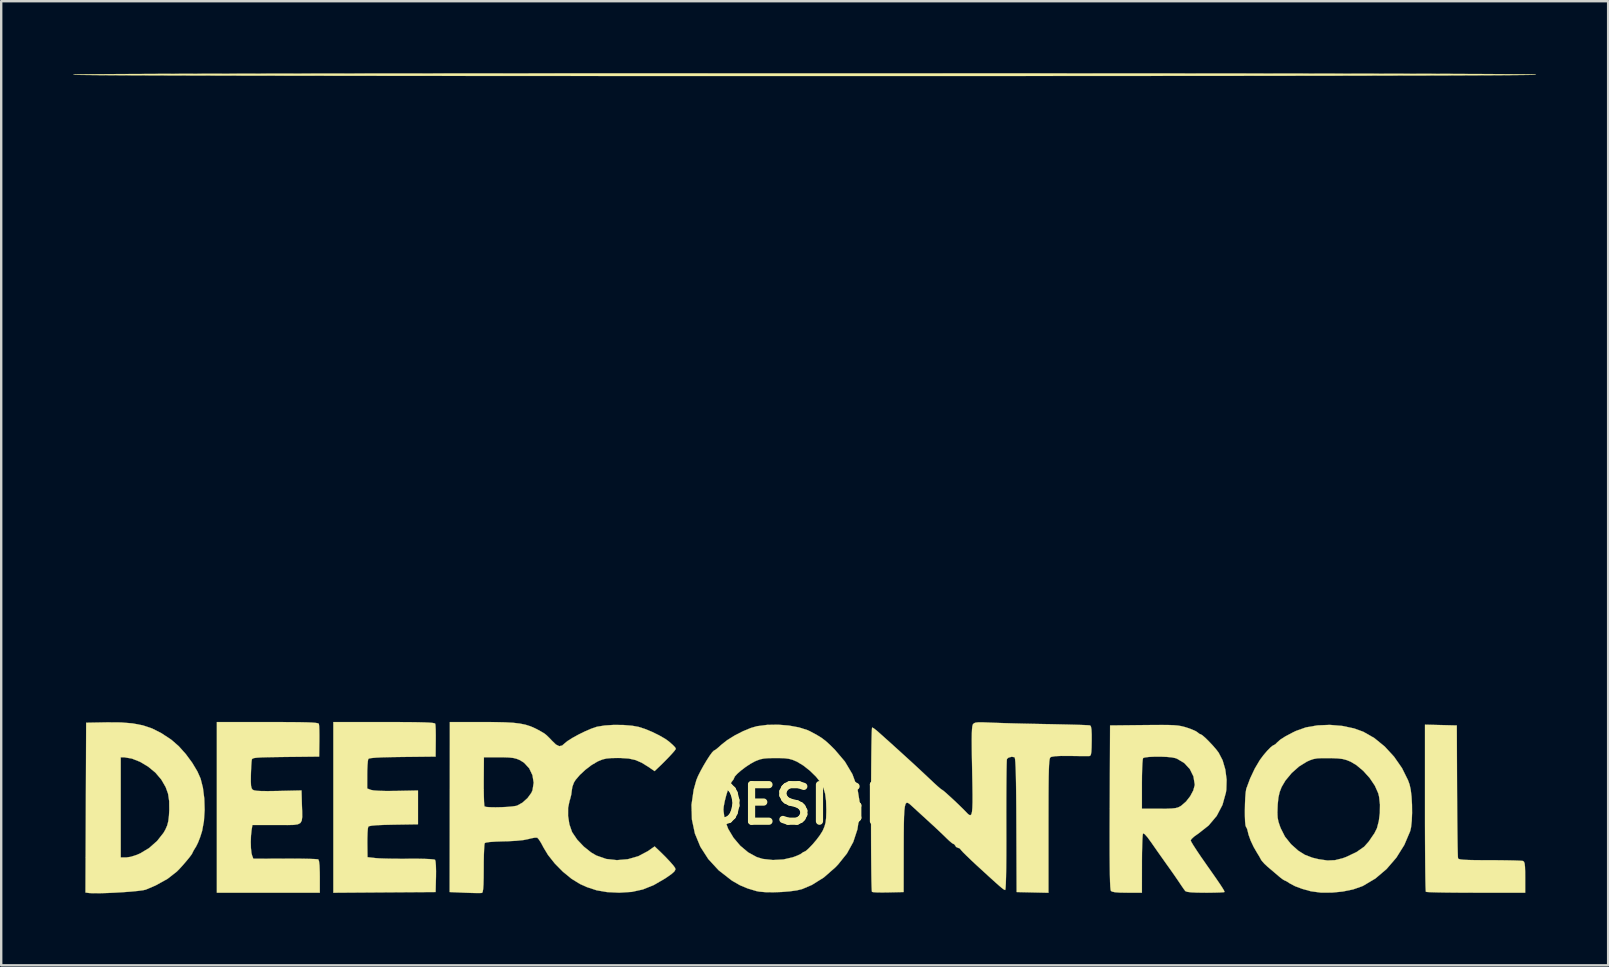
<source format=kicad_pcb>
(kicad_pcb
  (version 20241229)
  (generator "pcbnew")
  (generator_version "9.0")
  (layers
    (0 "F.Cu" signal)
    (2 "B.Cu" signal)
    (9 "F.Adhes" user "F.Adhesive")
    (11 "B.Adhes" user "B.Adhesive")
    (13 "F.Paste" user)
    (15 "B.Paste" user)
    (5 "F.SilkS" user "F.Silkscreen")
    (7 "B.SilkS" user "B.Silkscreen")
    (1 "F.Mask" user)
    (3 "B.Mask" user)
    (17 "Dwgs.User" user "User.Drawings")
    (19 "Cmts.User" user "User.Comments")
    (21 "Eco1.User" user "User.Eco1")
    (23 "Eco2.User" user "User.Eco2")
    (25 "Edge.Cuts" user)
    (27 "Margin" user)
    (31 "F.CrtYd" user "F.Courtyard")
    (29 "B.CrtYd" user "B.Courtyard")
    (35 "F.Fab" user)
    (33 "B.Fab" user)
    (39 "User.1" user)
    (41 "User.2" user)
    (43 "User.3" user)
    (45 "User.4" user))
  (footprint "DESIGN"
    (layer "F.Cu")
    (at 30.485 30.485)
    (property "Reference" "DESIGN" (at 0 0 0) (layer "F.SilkS") (effects (font (size 1.524 1.524) (thickness 0.3))))
    (attr through_hole)
    (fp_poly (pts (xy 26.515 -3.318) (xy 27.178 -3.302) (xy 27.189 -0.57) (xy 27.192 -0.024) (xy 27.196 0.489) (xy 27.201 0.958) (xy 27.206 1.371) (xy 27.211 1.716) (xy 27.217 1.983) (xy 27.223 2.161) (xy 27.23 2.237) (xy 27.23 2.238) (xy 27.261 2.263) (xy 27.339 2.283) (xy 27.477 2.297) (xy 27.687 2.306) (xy 27.981 2.312) (xy 28.37 2.314) (xy 28.555 2.314) (xy 28.93 2.316) (xy 29.27 2.32) (xy 29.559 2.326) (xy 29.778 2.334) (xy 29.91 2.343) (xy 29.939 2.348) (xy 29.979 2.381) (xy 30.005 2.456) (xy 30.02 2.592) (xy 30.027 2.808) (xy 30.028 3.026) (xy 30.028 3.669) (xy 27.978 3.669) (xy 27.507 3.668) (xy 27.073 3.665) (xy 26.687 3.661) (xy 26.363 3.655) (xy 26.113 3.648) (xy 25.951 3.64) (xy 25.889 3.631) (xy 25.883 3.57) (xy 25.876 3.405) (xy 25.87 3.147) (xy 25.865 2.805) (xy 25.861 2.39) (xy 25.857 1.911) (xy 25.854 1.377) (xy 25.852 0.799) (xy 25.852 0.187) (xy 25.852 0.13) (xy 25.852 -3.334) (xy 26.515 -3.318)) (stroke (width 0.01) (type solid)) (fill yes) (layer "F.SilkS"))
    (fp_poly (pts (xy -16.961 -3.442) (xy -16.494 -3.44) (xy -16.122 -3.435) (xy -15.838 -3.428) (xy -15.631 -3.418) (xy -15.494 -3.405) (xy -15.418 -3.389) (xy -15.395 -3.373) (xy -15.385 -3.29) (xy -15.377 -3.121) (xy -15.374 -2.89) (xy -15.375 -2.653) (xy -15.381 -2.004) (xy -16.761 -1.989) (xy -17.228 -1.982) (xy -17.592 -1.973) (xy -17.86 -1.96) (xy -18.043 -1.944) (xy -18.149 -1.925) (xy -18.186 -1.904) (xy -18.204 -1.821) (xy -18.219 -1.652) (xy -18.229 -1.426) (xy -18.231 -1.254) (xy -18.232 -0.675) (xy -18.076 -0.615) (xy -17.956 -0.593) (xy -17.74 -0.578) (xy -17.445 -0.57) (xy -17.089 -0.572) (xy -17.018 -0.573) (xy -16.115 -0.591) (xy -16.115 0.818) (xy -17.128 0.834) (xy -17.532 0.843) (xy -17.832 0.856) (xy -18.036 0.874) (xy -18.152 0.897) (xy -18.187 0.919) (xy -18.205 1.001) (xy -18.218 1.17) (xy -18.225 1.397) (xy -18.226 1.588) (xy -18.219 2.188) (xy -17.884 2.226) (xy -17.717 2.238) (xy -17.463 2.247) (xy -17.148 2.253) (xy -16.798 2.255) (xy -16.503 2.254) (xy -16.144 2.253) (xy -15.84 2.259) (xy -15.604 2.269) (xy -15.452 2.284) (xy -15.403 2.298) (xy -15.383 2.374) (xy -15.369 2.538) (xy -15.363 2.767) (xy -15.365 2.996) (xy -15.381 3.641) (xy -17.512 3.655) (xy -19.643 3.67) (xy -19.643 -3.443) (xy -17.532 -3.443) (xy -16.961 -3.442)) (stroke (width 0.01) (type solid)) (fill yes) (layer "F.SilkS"))
    (fp_poly (pts (xy -21.826 -3.442) (xy -21.37 -3.44) (xy -21.006 -3.436) (xy -20.727 -3.43) (xy -20.521 -3.421) (xy -20.38 -3.409) (xy -20.294 -3.394) (xy -20.252 -3.375) (xy -20.246 -3.367) (xy -20.235 -3.282) (xy -20.228 -3.111) (xy -20.225 -2.878) (xy -20.226 -2.647) (xy -20.235 -2.004) (xy -21.626 -1.989) (xy -22.06 -1.983) (xy -22.394 -1.977) (xy -22.642 -1.97) (xy -22.816 -1.959) (xy -22.93 -1.945) (xy -22.997 -1.925) (xy -23.03 -1.9) (xy -23.041 -1.876) (xy -23.053 -1.779) (xy -23.065 -1.599) (xy -23.075 -1.368) (xy -23.079 -1.238) (xy -23.082 -0.972) (xy -23.074 -0.797) (xy -23.05 -0.69) (xy -23.01 -0.628) (xy -23.005 -0.624) (xy -22.942 -0.596) (xy -22.823 -0.577) (xy -22.635 -0.567) (xy -22.364 -0.565) (xy -21.996 -0.57) (xy -21.942 -0.571) (xy -20.969 -0.593) (xy -20.953 0) (xy -20.942 0.294) (xy -20.94 0.512) (xy -20.959 0.664) (xy -21.015 0.762) (xy -21.122 0.818) (xy -21.294 0.843) (xy -21.546 0.849) (xy -21.893 0.847) (xy -22.007 0.847) (xy -23.015 0.847) (xy -23.05 1.058) (xy -23.075 1.291) (xy -23.084 1.554) (xy -23.077 1.808) (xy -23.055 2.016) (xy -23.031 2.111) (xy -22.977 2.254) (xy -21.654 2.249) (xy -21.277 2.249) (xy -20.936 2.252) (xy -20.649 2.258) (xy -20.431 2.266) (xy -20.3 2.276) (xy -20.269 2.282) (xy -20.24 2.358) (xy -20.219 2.538) (xy -20.209 2.814) (xy -20.207 2.995) (xy -20.207 3.669) (xy -24.497 3.669) (xy -24.497 -3.443) (xy -22.386 -3.443) (xy -21.826 -3.442)) (stroke (width 0.01) (type solid)) (fill yes) (layer "F.SilkS"))
    (fp_poly (pts (xy -28.495 -3.427) (xy -28.006 -3.387) (xy -27.581 -3.305) (xy -27.195 -3.175) (xy -26.825 -2.989) (xy -26.448 -2.743) (xy -26.373 -2.688) (xy -26.082 -2.433) (xy -25.791 -2.108) (xy -25.524 -1.746) (xy -25.306 -1.381) (xy -25.175 -1.085) (xy -25.078 -0.703) (xy -25.021 -0.254) (xy -25.007 0.22) (xy -25.036 0.681) (xy -25.11 1.087) (xy -25.115 1.107) (xy -25.192 1.35) (xy -25.281 1.578) (xy -25.365 1.748) (xy -25.375 1.763) (xy -25.458 1.897) (xy -25.507 1.991) (xy -25.513 2.009) (xy -25.548 2.072) (xy -25.639 2.194) (xy -25.768 2.351) (xy -25.912 2.519) (xy -26.054 2.675) (xy -26.162 2.785) (xy -26.553 3.091) (xy -27.051 3.367) (xy -27.46 3.541) (xy -27.581 3.568) (xy -27.792 3.595) (xy -28.069 3.622) (xy -28.389 3.646) (xy -28.728 3.666) (xy -29.063 3.681) (xy -29.371 3.69) (xy -29.629 3.691) (xy -29.812 3.683) (xy -29.845 3.679) (xy -29.973 3.661) (xy -29.958 0.123) (xy -29.95 -1.976) (xy -28.504 -1.976) (xy -28.504 2.201) (xy -28.279 2.201) (xy -28.083 2.172) (xy -27.837 2.093) (xy -27.687 2.028) (xy -27.318 1.805) (xy -26.986 1.511) (xy -26.722 1.177) (xy -26.642 1.038) (xy -26.568 0.869) (xy -26.521 0.69) (xy -26.494 0.464) (xy -26.481 0.235) (xy -26.484 -0.144) (xy -26.53 -0.453) (xy -26.63 -0.731) (xy -26.795 -1.017) (xy -26.824 -1.061) (xy -27.062 -1.339) (xy -27.362 -1.586) (xy -27.697 -1.786) (xy -28.039 -1.921) (xy -28.357 -1.975) (xy -28.381 -1.976) (xy -28.504 -1.976) (xy -29.95 -1.976) (xy -29.944 -3.415) (xy -29.069 -3.431) (xy -28.495 -3.427)) (stroke (width 0.01) (type solid)) (fill yes) (layer "F.SilkS"))
    (fp_poly (pts (xy 2.558 -30.48) (xy 5.004 -30.48) (xy 7.338 -30.479) (xy 9.561 -30.478) (xy 11.671 -30.477) (xy 13.67 -30.476) (xy 15.557 -30.475) (xy 17.332 -30.473) (xy 18.995 -30.472) (xy 20.545 -30.47) (xy 21.984 -30.467) (xy 23.31 -30.465) (xy 24.524 -30.462) (xy 25.625 -30.46) (xy 26.614 -30.457) (xy 27.491 -30.453) (xy 28.255 -30.45) (xy 28.907 -30.446) (xy 29.446 -30.442) (xy 29.873 -30.438) (xy 30.186 -30.434) (xy 30.387 -30.43) (xy 30.476 -30.425) (xy 30.48 -30.424) (xy 30.424 -30.419) (xy 30.254 -30.414) (xy 29.972 -30.41) (xy 29.577 -30.406) (xy 29.07 -30.402) (xy 28.45 -30.398) (xy 27.717 -30.395) (xy 26.872 -30.391) (xy 25.915 -30.388) (xy 24.845 -30.386) (xy 23.662 -30.383) (xy 22.367 -30.38) (xy 20.961 -30.378) (xy 19.441 -30.376) (xy 17.81 -30.374) (xy 16.067 -30.373) (xy 14.212 -30.371) (xy 12.244 -30.37) (xy 10.165 -30.369) (xy 7.974 -30.368) (xy 5.671 -30.368) (xy 3.256 -30.367) (xy 0.73 -30.367) (xy 0 -30.367) (xy -2.558 -30.367) (xy -5.004 -30.368) (xy -7.338 -30.368) (xy -9.561 -30.369) (xy -11.671 -30.37) (xy -13.67 -30.371) (xy -15.557 -30.372) (xy -17.332 -30.374) (xy -18.995 -30.376) (xy -20.545 -30.378) (xy -21.984 -30.38) (xy -23.31 -30.382) (xy -24.524 -30.385) (xy -25.625 -30.388) (xy -26.614 -30.391) (xy -27.491 -30.394) (xy -28.255 -30.397) (xy -28.907 -30.401) (xy -29.446 -30.405) (xy -29.873 -30.409) (xy -30.186 -30.413) (xy -30.387 -30.418) (xy -30.476 -30.422) (xy -30.48 -30.424) (xy -30.424 -30.428) (xy -30.254 -30.433) (xy -29.972 -30.437) (xy -29.577 -30.441) (xy -29.07 -30.445) (xy -28.45 -30.449) (xy -27.717 -30.452) (xy -26.872 -30.456) (xy -25.915 -30.459) (xy -24.845 -30.462) (xy -23.662 -30.464) (xy -22.367 -30.467) (xy -20.961 -30.469) (xy -19.441 -30.471) (xy -17.81 -30.473) (xy -16.067 -30.474) (xy -14.212 -30.476) (xy -12.244 -30.477) (xy -10.165 -30.478) (xy -7.974 -30.479) (xy -5.671 -30.479) (xy -3.256 -30.48) (xy -0.73 -30.48) (xy 0 -30.48) (xy 2.558 -30.48)) (stroke (width 0.01) (type solid)) (fill yes) (layer "F.SilkS"))
    (fp_poly (pts (xy -0.659 -3.297) (xy -0.237 -3.22) (xy 0.121 -3.106) (xy 0.224 -3.058) (xy 0.49 -2.916) (xy 0.696 -2.79) (xy 0.876 -2.654) (xy 1.065 -2.482) (xy 1.258 -2.29) (xy 1.677 -1.796) (xy 1.988 -1.273) (xy 2.191 -0.719) (xy 2.288 -0.129) (xy 2.285 0.452) (xy 2.197 1.033) (xy 2.025 1.554) (xy 1.761 2.035) (xy 1.394 2.492) (xy 1.274 2.617) (xy 0.798 3.034) (xy 0.303 3.344) (xy -0.106 3.518) (xy -0.325 3.571) (xy -0.621 3.612) (xy -0.959 3.639) (xy -1.306 3.651) (xy -1.629 3.647) (xy -1.893 3.624) (xy -2.004 3.603) (xy -2.38 3.49) (xy -2.694 3.359) (xy -2.994 3.187) (xy -3.063 3.142) (xy -3.588 2.732) (xy -4.016 2.267) (xy -4.346 1.755) (xy -4.574 1.204) (xy -4.699 0.619) (xy -4.71 0.23) (xy -3.386 0.23) (xy -3.333 0.618) (xy -3.188 1.007) (xy -2.966 1.379) (xy -2.684 1.712) (xy -2.357 1.986) (xy -2.004 2.181) (xy -1.75 2.26) (xy -1.323 2.307) (xy -0.884 2.283) (xy -0.494 2.193) (xy -0.311 2.124) (xy -0.177 2.063) (xy -0.122 2.024) (xy -0.058 1.977) (xy -0.046 1.976) (xy 0.041 1.933) (xy 0.171 1.82) (xy 0.326 1.659) (xy 0.485 1.472) (xy 0.628 1.283) (xy 0.736 1.113) (xy 0.761 1.065) (xy 0.829 0.902) (xy 0.871 0.747) (xy 0.893 0.563) (xy 0.901 0.315) (xy 0.902 0.198) (xy 0.891 -0.17) (xy 0.853 -0.456) (xy 0.783 -0.691) (xy 0.673 -0.906) (xy 0.656 -0.934) (xy 0.471 -1.169) (xy 0.221 -1.413) (xy -0.055 -1.631) (xy -0.317 -1.79) (xy -0.333 -1.797) (xy -0.5 -1.868) (xy -0.656 -1.911) (xy -0.837 -1.934) (xy -1.078 -1.943) (xy -1.214 -1.943) (xy -1.493 -1.939) (xy -1.696 -1.923) (xy -1.858 -1.889) (xy -2.014 -1.831) (xy -2.088 -1.798) (xy -2.266 -1.7) (xy -2.46 -1.571) (xy -2.648 -1.428) (xy -2.805 -1.291) (xy -2.908 -1.179) (xy -2.935 -1.122) (xy -2.97 -1.044) (xy -3.043 -0.952) (xy -3.114 -0.833) (xy -3.192 -0.636) (xy -3.268 -0.395) (xy -3.332 -0.144) (xy -3.375 0.085) (xy -3.386 0.23) (xy -4.71 0.23) (xy -4.717 0.008) (xy -4.626 -0.621) (xy -4.512 -1.028) (xy -4.444 -1.192) (xy -4.341 -1.397) (xy -4.218 -1.621) (xy -4.087 -1.841) (xy -3.962 -2.035) (xy -3.856 -2.18) (xy -3.784 -2.253) (xy -3.77 -2.258) (xy -3.708 -2.294) (xy -3.593 -2.388) (xy -3.465 -2.503) (xy -3.227 -2.691) (xy -2.918 -2.883) (xy -2.579 -3.057) (xy -2.247 -3.195) (xy -1.987 -3.27) (xy -1.566 -3.325) (xy -1.112 -3.333) (xy -0.659 -3.297)) (stroke (width 0.01) (type solid)) (fill yes) (layer "F.SilkS"))
    (fp_poly (pts (xy 15.188 -3.319) (xy 15.393 -3.311) (xy 15.554 -3.297) (xy 15.686 -3.275) (xy 15.808 -3.246) (xy 15.926 -3.211) (xy 16.127 -3.14) (xy 16.287 -3.069) (xy 16.374 -3.014) (xy 16.375 -3.012) (xy 16.463 -2.944) (xy 16.503 -2.934) (xy 16.572 -2.893) (xy 16.693 -2.789) (xy 16.843 -2.641) (xy 17.002 -2.473) (xy 17.146 -2.307) (xy 17.249 -2.173) (xy 17.417 -1.852) (xy 17.531 -1.463) (xy 17.585 -1.042) (xy 17.573 -0.624) (xy 17.556 -0.508) (xy 17.412 0.01) (xy 17.172 0.468) (xy 16.836 0.867) (xy 16.404 1.207) (xy 16.39 1.216) (xy 16.232 1.328) (xy 16.123 1.429) (xy 16.087 1.49) (xy 16.118 1.559) (xy 16.205 1.704) (xy 16.338 1.909) (xy 16.507 2.16) (xy 16.702 2.44) (xy 16.722 2.469) (xy 16.976 2.83) (xy 17.171 3.11) (xy 17.313 3.318) (xy 17.41 3.467) (xy 17.469 3.564) (xy 17.495 3.622) (xy 17.498 3.64) (xy 17.445 3.65) (xy 17.299 3.659) (xy 17.081 3.665) (xy 16.81 3.669) (xy 16.71 3.669) (xy 16.354 3.665) (xy 16.101 3.653) (xy 15.941 3.632) (xy 15.865 3.602) (xy 15.861 3.598) (xy 15.797 3.512) (xy 15.699 3.37) (xy 15.635 3.274) (xy 15.53 3.119) (xy 15.383 2.905) (xy 15.214 2.666) (xy 15.104 2.512) (xy 14.913 2.243) (xy 14.706 1.95) (xy 14.517 1.679) (xy 14.441 1.57) (xy 14.284 1.355) (xy 14.171 1.229) (xy 14.107 1.196) (xy 14.099 1.203) (xy 14.086 1.277) (xy 14.075 1.447) (xy 14.066 1.694) (xy 14.059 2.001) (xy 14.056 2.351) (xy 14.056 2.469) (xy 14.055 3.669) (xy 13.441 3.669) (xy 13.138 3.664) (xy 12.932 3.649) (xy 12.81 3.622) (xy 12.763 3.592) (xy 12.749 3.539) (xy 12.737 3.413) (xy 12.727 3.21) (xy 12.72 2.924) (xy 12.715 2.55) (xy 12.711 2.083) (xy 12.71 1.519) (xy 12.711 0.852) (xy 12.714 0.107) (xy 12.718 -0.872) (xy 14.055 -0.872) (xy 14.055 0.169) (xy 14.78 0.169) (xy 15.085 0.168) (xy 15.3 0.16) (xy 15.45 0.144) (xy 15.558 0.116) (xy 15.647 0.073) (xy 15.697 0.041) (xy 15.894 -0.13) (xy 16.067 -0.352) (xy 16.194 -0.589) (xy 16.254 -0.806) (xy 16.256 -0.845) (xy 16.202 -1.179) (xy 16.052 -1.483) (xy 15.82 -1.735) (xy 15.522 -1.913) (xy 15.451 -1.94) (xy 15.301 -1.971) (xy 15.085 -1.991) (xy 14.833 -2.001) (xy 14.576 -2) (xy 14.347 -1.989) (xy 14.176 -1.967) (xy 14.105 -1.944) (xy 14.089 -1.88) (xy 14.075 -1.722) (xy 14.064 -1.487) (xy 14.057 -1.194) (xy 14.055 -0.872) (xy 12.718 -0.872) (xy 12.728 -3.302) (xy 14.135 -3.317) (xy 14.576 -3.321) (xy 14.921 -3.322) (xy 15.188 -3.319)) (stroke (width 0.01) (type solid)) (fill yes) (layer "F.SilkS"))
    (fp_poly (pts (xy 22.403 -3.282) (xy 22.9 -3.177) (xy 23.283 -3.038) (xy 23.74 -2.777) (xy 24.173 -2.424) (xy 24.563 -2) (xy 24.893 -1.526) (xy 25.143 -1.023) (xy 25.208 -0.847) (xy 25.257 -0.628) (xy 25.292 -0.335) (xy 25.311 0.002) (xy 25.314 0.349) (xy 25.301 0.674) (xy 25.271 0.946) (xy 25.236 1.101) (xy 24.991 1.677) (xy 24.659 2.208) (xy 24.253 2.68) (xy 23.788 3.076) (xy 23.276 3.38) (xy 23.235 3.399) (xy 22.863 3.53) (xy 22.425 3.62) (xy 21.96 3.666) (xy 21.506 3.664) (xy 21.105 3.61) (xy 21.086 3.606) (xy 20.738 3.509) (xy 20.439 3.398) (xy 20.221 3.283) (xy 20.204 3.272) (xy 20.087 3.196) (xy 20.011 3.161) (xy 20.008 3.161) (xy 19.945 3.127) (xy 19.829 3.041) (xy 19.752 2.977) (xy 19.574 2.825) (xy 19.376 2.657) (xy 19.303 2.596) (xy 19.16 2.463) (xy 19.051 2.34) (xy 19.016 2.286) (xy 18.948 2.16) (xy 18.856 2.011) (xy 18.852 2.004) (xy 18.711 1.761) (xy 18.587 1.496) (xy 18.499 1.252) (xy 18.473 1.142) (xy 18.438 1.006) (xy 18.396 0.929) (xy 18.393 0.927) (xy 18.371 0.858) (xy 18.355 0.703) (xy 18.347 0.485) (xy 18.346 0.351) (xy 19.702 0.351) (xy 19.712 0.545) (xy 19.745 0.713) (xy 19.808 0.9) (xy 19.841 0.985) (xy 20.016 1.331) (xy 20.255 1.63) (xy 20.294 1.67) (xy 20.572 1.918) (xy 20.846 2.09) (xy 21.16 2.21) (xy 21.425 2.274) (xy 21.786 2.326) (xy 22.101 2.313) (xy 22.422 2.233) (xy 22.578 2.175) (xy 22.998 1.975) (xy 23.315 1.754) (xy 23.508 1.538) (xy 23.619 1.374) (xy 23.72 1.228) (xy 23.742 1.198) (xy 23.851 0.979) (xy 23.928 0.683) (xy 23.971 0.345) (xy 23.976 -0.003) (xy 23.94 -0.327) (xy 23.904 -0.474) (xy 23.764 -0.789) (xy 23.547 -1.112) (xy 23.278 -1.411) (xy 22.984 -1.656) (xy 22.747 -1.794) (xy 22.581 -1.861) (xy 22.419 -1.904) (xy 22.226 -1.927) (xy 21.968 -1.938) (xy 21.844 -1.94) (xy 21.565 -1.94) (xy 21.366 -1.93) (xy 21.211 -1.903) (xy 21.069 -1.856) (xy 20.928 -1.793) (xy 20.605 -1.593) (xy 20.295 -1.318) (xy 20.033 -1.002) (xy 19.876 -0.734) (xy 19.795 -0.524) (xy 19.744 -0.301) (xy 19.715 -0.021) (xy 19.71 0.088) (xy 19.702 0.351) (xy 18.346 0.351) (xy 18.346 0.23) (xy 18.351 -0.036) (xy 18.362 -0.288) (xy 18.379 -0.501) (xy 18.402 -0.65) (xy 18.409 -0.673) (xy 18.566 -1.095) (xy 18.759 -1.504) (xy 18.965 -1.852) (xy 18.972 -1.863) (xy 19.119 -2.061) (xy 19.273 -2.242) (xy 19.414 -2.386) (xy 19.521 -2.47) (xy 19.558 -2.484) (xy 19.62 -2.522) (xy 19.69 -2.593) (xy 19.822 -2.71) (xy 20.037 -2.848) (xy 20.346 -3.011) (xy 20.472 -3.072) (xy 20.888 -3.22) (xy 21.368 -3.304) (xy 21.883 -3.325) (xy 22.403 -3.282)) (stroke (width 0.01) (type solid)) (fill yes) (layer "F.SilkS"))
    (fp_poly (pts (xy -12.914 -3.441) (xy -12.495 -3.432) (xy -12.153 -3.413) (xy -11.872 -3.38) (xy -11.633 -3.332) (xy -11.418 -3.263) (xy -11.211 -3.171) (xy -10.993 -3.053) (xy -10.842 -2.963) (xy -10.753 -2.891) (xy -10.625 -2.766) (xy -10.532 -2.667) (xy -10.363 -2.504) (xy -10.228 -2.438) (xy -10.108 -2.464) (xy -10.016 -2.544) (xy -9.887 -2.65) (xy -9.682 -2.78) (xy -9.43 -2.919) (xy -9.16 -3.052) (xy -8.902 -3.164) (xy -8.685 -3.239) (xy -8.648 -3.249) (xy -8.333 -3.3) (xy -7.955 -3.324) (xy -7.559 -3.32) (xy -7.19 -3.29) (xy -6.923 -3.242) (xy -6.658 -3.157) (xy -6.36 -3.034) (xy -6.066 -2.89) (xy -5.813 -2.744) (xy -5.662 -2.636) (xy -5.495 -2.489) (xy -5.403 -2.394) (xy -5.371 -2.335) (xy -5.374 -2.315) (xy -5.425 -2.244) (xy -5.537 -2.116) (xy -5.691 -1.951) (xy -5.868 -1.771) (xy -6.026 -1.616) (xy -6.255 -1.398) (xy -6.506 -1.571) (xy -6.79 -1.747) (xy -7.052 -1.861) (xy -7.334 -1.923) (xy -7.674 -1.945) (xy -7.79 -1.946) (xy -8.063 -1.941) (xy -8.261 -1.923) (xy -8.422 -1.885) (xy -8.583 -1.821) (xy -8.637 -1.796) (xy -8.882 -1.651) (xy -9.136 -1.457) (xy -9.368 -1.242) (xy -9.548 -1.032) (xy -9.617 -0.92) (xy -9.681 -0.746) (xy -9.708 -0.577) (xy -9.708 -0.574) (xy -9.728 -0.417) (xy -9.777 -0.224) (xy -9.798 -0.162) (xy -9.859 0.131) (xy -9.86 0.472) (xy -9.806 0.818) (xy -9.7 1.124) (xy -9.681 1.162) (xy -9.48 1.457) (xy -9.206 1.746) (xy -8.899 1.992) (xy -8.682 2.119) (xy -8.272 2.262) (xy -7.826 2.312) (xy -7.37 2.273) (xy -6.931 2.147) (xy -6.535 1.937) (xy -6.527 1.931) (xy -6.252 1.74) (xy -6.024 1.956) (xy -5.812 2.165) (xy -5.623 2.364) (xy -5.477 2.531) (xy -5.399 2.637) (xy -5.386 2.705) (xy -5.432 2.785) (xy -5.549 2.89) (xy -5.751 3.032) (xy -5.814 3.074) (xy -6.285 3.348) (xy -6.739 3.532) (xy -7.207 3.635) (xy -7.721 3.667) (xy -7.739 3.667) (xy -8.235 3.643) (xy -8.668 3.569) (xy -9.077 3.435) (xy -9.365 3.305) (xy -9.716 3.089) (xy -10.074 2.796) (xy -10.411 2.455) (xy -10.696 2.096) (xy -10.884 1.784) (xy -10.984 1.596) (xy -11.076 1.452) (xy -11.141 1.379) (xy -11.146 1.376) (xy -11.24 1.374) (xy -11.398 1.403) (xy -11.506 1.431) (xy -11.716 1.474) (xy -12.018 1.505) (xy -12.389 1.525) (xy -12.542 1.528) (xy -12.876 1.539) (xy -13.127 1.556) (xy -13.284 1.58) (xy -13.334 1.603) (xy -13.348 1.677) (xy -13.359 1.845) (xy -13.369 2.087) (xy -13.375 2.382) (xy -13.376 2.661) (xy -13.379 3.044) (xy -13.386 3.325) (xy -13.399 3.517) (xy -13.418 3.63) (xy -13.444 3.675) (xy -13.448 3.677) (xy -13.53 3.683) (xy -13.699 3.683) (xy -13.929 3.677) (xy -14.157 3.669) (xy -14.796 3.641) (xy -14.792 0.818) (xy -14.792 0.235) (xy -14.791 -0.337) (xy -14.79 -0.884) (xy -14.79 -0.971) (xy -13.375 -0.971) (xy -13.375 -0.645) (xy -13.37 -0.358) (xy -13.363 -0.13) (xy -13.353 0.02) (xy -13.342 0.073) (xy -13.264 0.095) (xy -13.102 0.106) (xy -12.885 0.11) (xy -12.64 0.105) (xy -12.396 0.093) (xy -12.181 0.074) (xy -12.024 0.05) (xy -11.982 0.038) (xy -11.759 -0.086) (xy -11.55 -0.274) (xy -11.393 -0.489) (xy -11.343 -0.6) (xy -11.294 -0.915) (xy -11.344 -1.228) (xy -11.48 -1.514) (xy -11.693 -1.746) (xy -11.867 -1.856) (xy -12.001 -1.911) (xy -12.145 -1.947) (xy -12.329 -1.967) (xy -12.583 -1.975) (xy -12.742 -1.976) (xy -13.368 -1.976) (xy -13.375 -0.971) (xy -14.79 -0.971) (xy -14.79 -1.391) (xy -14.789 -1.843) (xy -14.789 -2.227) (xy -14.788 -2.526) (xy -14.788 -2.723) (xy -14.788 -3.443) (xy -13.428 -3.443) (xy -12.914 -3.441)) (stroke (width 0.01) (type solid)) (fill yes) (layer "F.SilkS"))
    (fp_poly (pts (xy 7.678 -3.422) (xy 7.763 -3.418) (xy 7.999 -3.409) (xy 8.326 -3.398) (xy 8.721 -3.387) (xy 9.163 -3.376) (xy 9.629 -3.366) (xy 10.097 -3.357) (xy 10.132 -3.357) (xy 10.56 -3.348) (xy 10.954 -3.339) (xy 11.297 -3.33) (xy 11.577 -3.321) (xy 11.777 -3.312) (xy 11.885 -3.304) (xy 11.897 -3.302) (xy 11.931 -3.255) (xy 11.952 -3.136) (xy 11.962 -2.929) (xy 11.962 -2.654) (xy 11.957 -2.378) (xy 11.947 -2.196) (xy 11.929 -2.09) (xy 11.899 -2.039) (xy 11.862 -2.026) (xy 11.772 -2.025) (xy 11.594 -2.025) (xy 11.353 -2.027) (xy 11.074 -2.031) (xy 11.047 -2.031) (xy 10.69 -2.032) (xy 10.44 -2.02) (xy 10.289 -1.995) (xy 10.242 -1.974) (xy 10.223 -1.944) (xy 10.207 -1.885) (xy 10.194 -1.787) (xy 10.184 -1.64) (xy 10.176 -1.436) (xy 10.169 -1.166) (xy 10.165 -0.821) (xy 10.162 -0.392) (xy 10.161 0.131) (xy 10.16 0.756) (xy 10.16 0.884) (xy 10.16 3.672) (xy 9.497 3.657) (xy 8.834 3.641) (xy 8.823 0.852) (xy 8.82 0.17) (xy 8.815 -0.405) (xy 8.809 -0.88) (xy 8.802 -1.26) (xy 8.792 -1.553) (xy 8.781 -1.765) (xy 8.768 -1.901) (xy 8.753 -1.968) (xy 8.746 -1.977) (xy 8.629 -1.997) (xy 8.497 -1.961) (xy 8.43 -1.905) (xy 8.423 -1.839) (xy 8.417 -1.671) (xy 8.412 -1.413) (xy 8.408 -1.075) (xy 8.405 -0.67) (xy 8.403 -0.207) (xy 8.402 0.3) (xy 8.403 0.842) (xy 8.403 0.854) (xy 8.404 1.533) (xy 8.403 2.12) (xy 8.399 2.611) (xy 8.392 3.004) (xy 8.383 3.294) (xy 8.372 3.478) (xy 8.359 3.554) (xy 8.356 3.556) (xy 8.329 3.549) (xy 8.284 3.523) (xy 8.213 3.469) (xy 8.107 3.379) (xy 7.955 3.245) (xy 7.748 3.058) (xy 7.477 2.81) (xy 7.159 2.519) (xy 6.933 2.308) (xy 6.74 2.122) (xy 6.593 1.976) (xy 6.508 1.882) (xy 6.491 1.855) (xy 6.445 1.812) (xy 6.405 1.806) (xy 6.31 1.761) (xy 6.286 1.722) (xy 6.23 1.647) (xy 6.202 1.637) (xy 6.137 1.6) (xy 6.023 1.503) (xy 5.911 1.397) (xy 5.774 1.263) (xy 5.579 1.078) (xy 5.354 0.868) (xy 5.136 0.668) (xy 4.916 0.467) (xy 4.711 0.279) (xy 4.544 0.126) (xy 4.436 0.028) (xy 4.435 0.026) (xy 4.357 -0.041) (xy 4.293 -0.079) (xy 4.243 -0.078) (xy 4.204 -0.028) (xy 4.175 0.078) (xy 4.154 0.251) (xy 4.141 0.499) (xy 4.133 0.832) (xy 4.129 1.258) (xy 4.127 1.788) (xy 4.127 1.853) (xy 4.124 3.641) (xy 3.484 3.656) (xy 3.226 3.659) (xy 3.01 3.656) (xy 2.861 3.646) (xy 2.805 3.633) (xy 2.797 3.57) (xy 2.79 3.407) (xy 2.783 3.156) (xy 2.778 2.828) (xy 2.774 2.436) (xy 2.77 1.991) (xy 2.768 1.505) (xy 2.767 0.989) (xy 2.766 0.457) (xy 2.767 -0.081) (xy 2.768 -0.613) (xy 2.771 -1.126) (xy 2.774 -1.61) (xy 2.778 -2.051) (xy 2.783 -2.439) (xy 2.789 -2.762) (xy 2.796 -3.007) (xy 2.804 -3.163) (xy 2.812 -3.217) (xy 2.812 -3.217) (xy 2.879 -3.183) (xy 2.993 -3.095) (xy 3.052 -3.045) (xy 3.34 -2.787) (xy 3.58 -2.572) (xy 3.809 -2.365) (xy 4.064 -2.133) (xy 4.169 -2.038) (xy 4.403 -1.825) (xy 4.599 -1.645) (xy 4.786 -1.472) (xy 4.988 -1.283) (xy 5.234 -1.052) (xy 5.377 -0.917) (xy 5.531 -0.776) (xy 5.653 -0.671) (xy 5.72 -0.622) (xy 5.725 -0.621) (xy 5.778 -0.584) (xy 5.892 -0.487) (xy 6.048 -0.346) (xy 6.228 -0.18) (xy 6.412 -0.006) (xy 6.58 0.158) (xy 6.714 0.293) (xy 6.723 0.303) (xy 6.8 0.382) (xy 6.863 0.43) (xy 6.912 0.438) (xy 6.948 0.398) (xy 6.974 0.3) (xy 6.989 0.136) (xy 6.997 -0.104) (xy 6.997 -0.429) (xy 6.991 -0.847) (xy 6.981 -1.368) (xy 6.98 -1.438) (xy 6.97 -1.964) (xy 6.965 -2.387) (xy 6.963 -2.719) (xy 6.967 -2.969) (xy 6.975 -3.149) (xy 6.988 -3.267) (xy 7.006 -3.336) (xy 7.015 -3.351) (xy 7.057 -3.393) (xy 7.124 -3.419) (xy 7.236 -3.432) (xy 7.414 -3.432) (xy 7.678 -3.422)) (stroke (width 0.01) (type solid)) (fill yes) (layer "F.SilkS")))
  (gr_rect
    (start -3 -3)
    (end 63.97 37.181)
    (stroke (width 0.1) (type default))
    (fill no)
    (layer "Edge.Cuts")))
</source>
